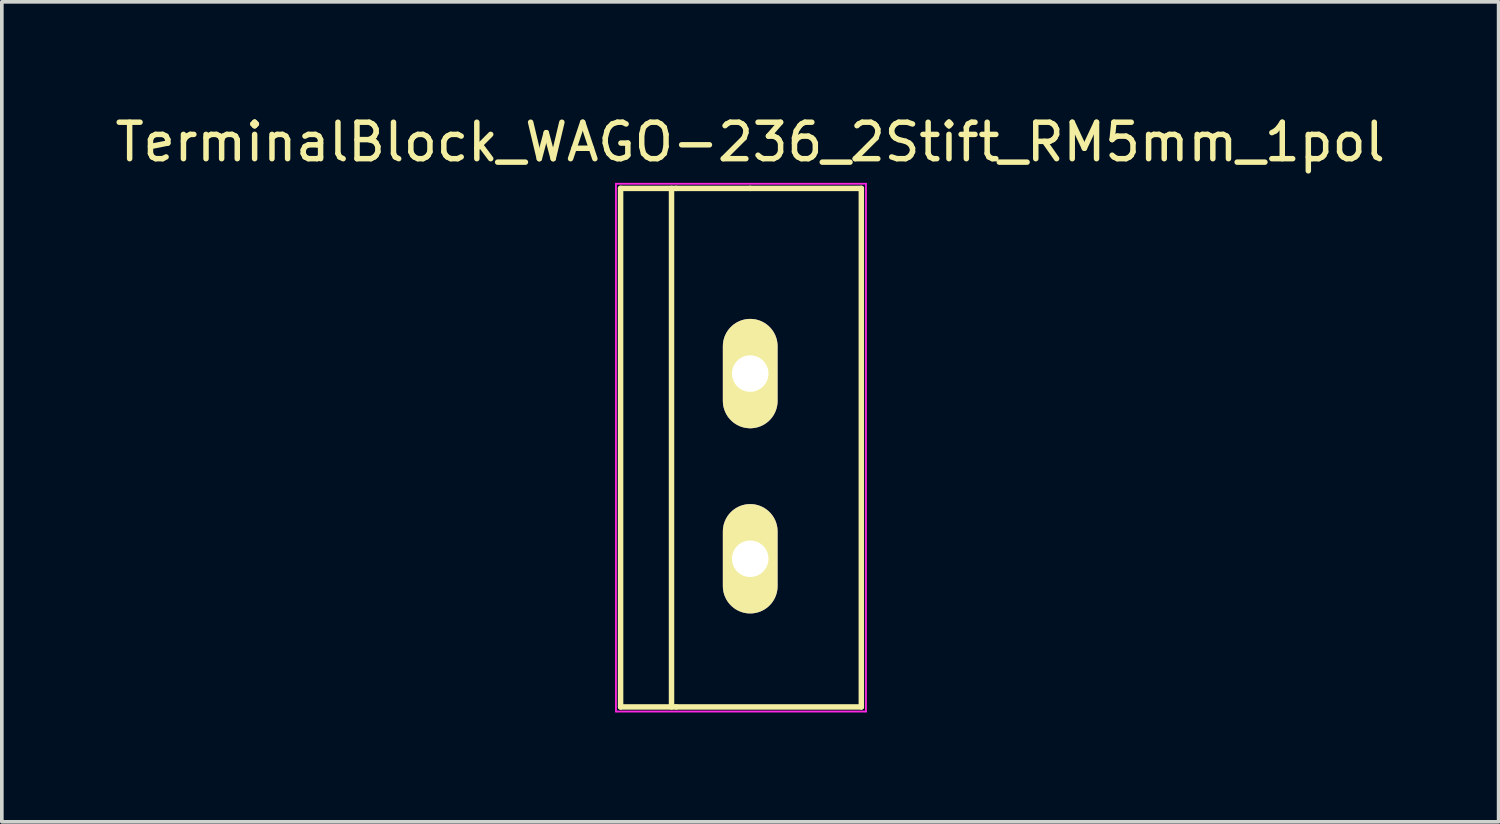
<source format=kicad_pcb>
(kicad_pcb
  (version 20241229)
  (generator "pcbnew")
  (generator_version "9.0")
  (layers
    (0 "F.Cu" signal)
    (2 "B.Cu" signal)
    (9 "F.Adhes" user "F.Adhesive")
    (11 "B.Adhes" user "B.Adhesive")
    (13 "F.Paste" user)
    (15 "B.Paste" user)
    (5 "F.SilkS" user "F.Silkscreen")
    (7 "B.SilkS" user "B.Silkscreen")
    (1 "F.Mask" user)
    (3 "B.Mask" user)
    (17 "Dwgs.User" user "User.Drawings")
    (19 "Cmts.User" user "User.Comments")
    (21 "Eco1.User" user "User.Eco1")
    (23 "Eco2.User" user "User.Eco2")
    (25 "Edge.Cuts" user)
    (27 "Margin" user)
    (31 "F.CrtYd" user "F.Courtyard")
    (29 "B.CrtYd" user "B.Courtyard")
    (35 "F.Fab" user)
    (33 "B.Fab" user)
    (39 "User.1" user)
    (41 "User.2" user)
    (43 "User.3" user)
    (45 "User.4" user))
  (footprint "TerminalBlock_WAGO-236_2Stift_RM5mm_1pol"
    (layer "F.Cu")
    (at 17.53 12.278)
    (property "Reference" "TerminalBlock_WAGO-236_2Stift_RM5mm_1pol" (at 0 -11.43 0) (layer "F.SilkS") (effects (font (size 1 1) (thickness 0.15))))
    (attr through_hole)
    (fp_line (start -3.556 -10.16) (end -2.032 -10.16) (stroke (width 0.15) (type solid)) (layer "F.SilkS"))
    (fp_line (start -3.556 4.064) (end -3.556 -10.16) (stroke (width 0.15) (type solid)) (layer "F.SilkS"))
    (fp_line (start -2.159 4.064) (end -2.159 -10.16) (stroke (width 0.15) (type solid)) (layer "F.SilkS"))
    (fp_line (start -2.032 -10.16) (end 0 -10.16) (stroke (width 0.15) (type solid)) (layer "F.SilkS"))
    (fp_line (start -2.032 4.064) (end -3.556 4.064) (stroke (width 0.15) (type solid)) (layer "F.SilkS"))
    (fp_line (start 0 -10.16) (end 3.048 -10.16) (stroke (width 0.15) (type solid)) (layer "F.SilkS"))
    (fp_line (start 3.048 -10.16) (end 3.048 4.064) (stroke (width 0.15) (type solid)) (layer "F.SilkS"))
    (fp_line (start 3.048 4.064) (end -2.032 4.064) (stroke (width 0.15) (type solid)) (layer "F.SilkS"))
    (fp_line (start -3.683 -10.287) (end 3.175 -10.287) (stroke (width 0.05) (type solid)) (layer "F.CrtYd"))
    (fp_line (start -3.683 4.191) (end -3.683 -10.287) (stroke (width 0.05) (type solid)) (layer "F.CrtYd"))
    (fp_line (start 3.175 -10.287) (end 3.175 4.191) (stroke (width 0.05) (type solid)) (layer "F.CrtYd"))
    (fp_line (start 3.175 4.191) (end -3.683 4.191) (stroke (width 0.05) (type solid)) (layer "F.CrtYd"))
    (pad "1" thru_hole oval (at 0 -5.08 90) (size 3 1.501) (drill 1.001) (layers "*.Cu" "*.Mask" "F.SilkS"))
    (pad "1" thru_hole oval (at 0 0 90) (size 3 1.501) (drill 1.001) (layers "*.Cu" "*.Mask" "F.SilkS")))
  (gr_rect
    (start -3 -3)
    (end 38.06 19.494)
    (stroke (width 0.1) (type default))
    (fill no)
    (layer "Edge.Cuts")))
</source>
